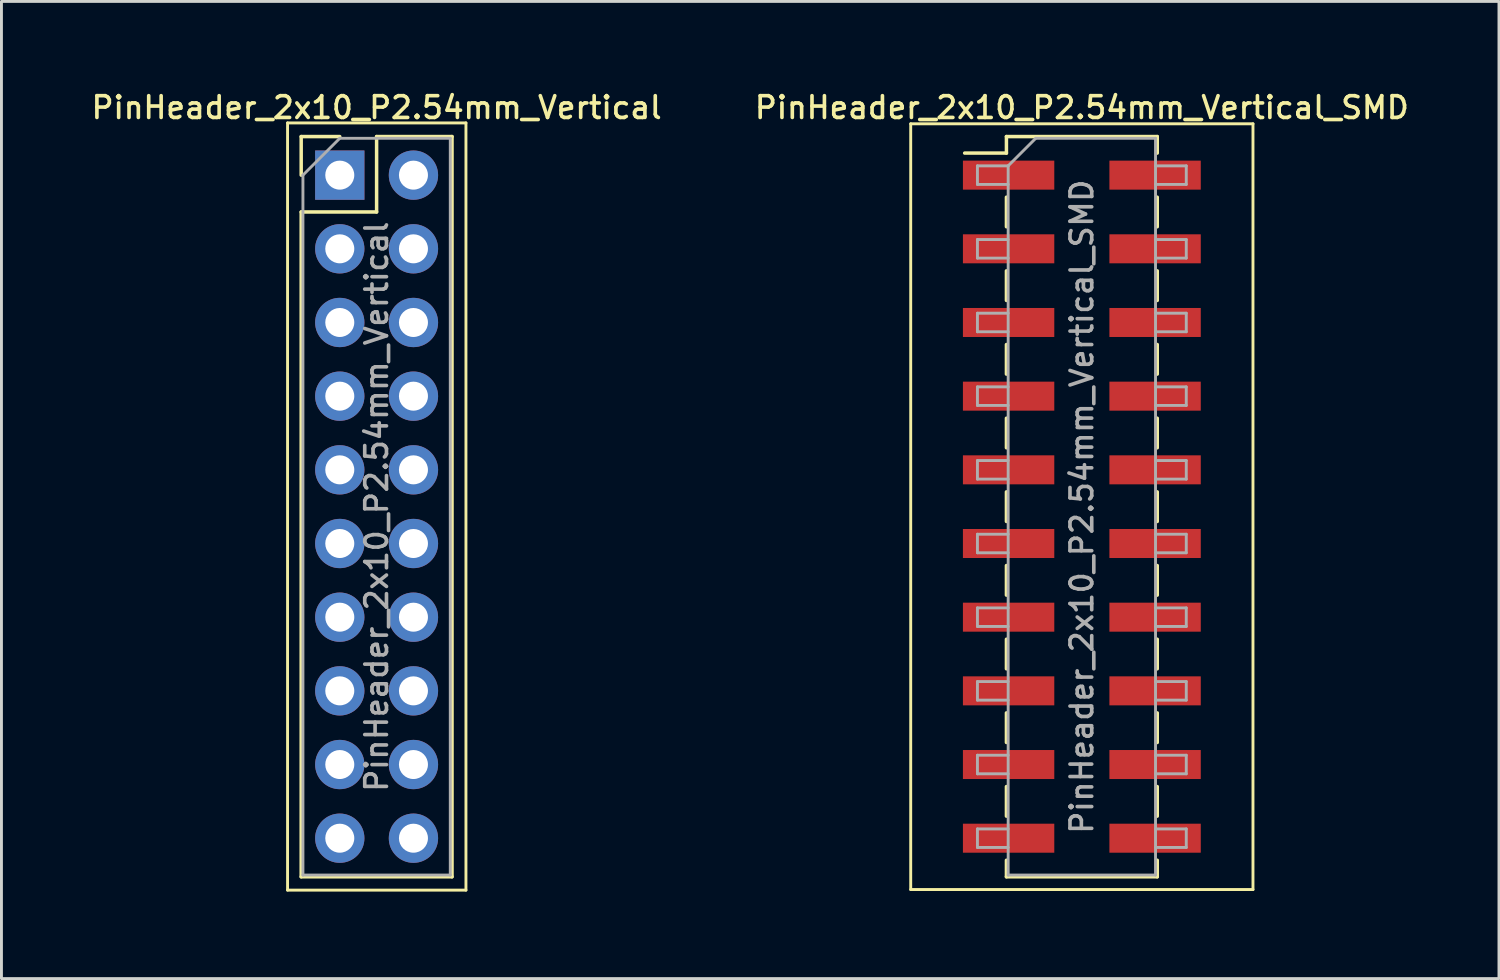
<source format=kicad_pcb>
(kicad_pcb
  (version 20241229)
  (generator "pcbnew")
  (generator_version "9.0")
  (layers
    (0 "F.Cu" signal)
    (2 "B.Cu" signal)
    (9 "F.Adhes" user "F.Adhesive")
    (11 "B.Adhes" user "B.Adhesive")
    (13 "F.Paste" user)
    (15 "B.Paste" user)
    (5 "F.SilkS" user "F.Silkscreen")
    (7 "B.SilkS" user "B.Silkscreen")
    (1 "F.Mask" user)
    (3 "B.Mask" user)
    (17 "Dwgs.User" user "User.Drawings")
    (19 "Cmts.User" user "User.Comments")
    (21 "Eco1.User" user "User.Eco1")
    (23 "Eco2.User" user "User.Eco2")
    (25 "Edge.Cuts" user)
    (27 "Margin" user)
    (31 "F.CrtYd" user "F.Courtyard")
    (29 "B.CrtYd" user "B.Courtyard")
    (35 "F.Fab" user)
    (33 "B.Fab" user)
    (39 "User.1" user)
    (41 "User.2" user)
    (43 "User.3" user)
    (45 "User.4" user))
  (footprint "PinHeader_2x10_P2.54mm_Vertical_SMD"
    (layer "F.Cu")
    (at 34.248 14.418)
    (property "Reference" "PinHeader_2x10_P2.54mm_Vertical_SMD" (at 0 -13.76 0) (layer "F.SilkS") (effects (font (size 0.75 0.75) (thickness 0.125))))
    (attr smd)
    (fp_line (start -5.9 -13.2) (end -5.9 13.2) (stroke (width 0.1) (type solid)) (layer "F.SilkS"))
    (fp_line (start -5.9 13.2) (end 5.9 13.2) (stroke (width 0.1) (type solid)) (layer "F.SilkS"))
    (fp_line (start -4.04 -12.19) (end -2.6 -12.19) (stroke (width 0.12) (type solid)) (layer "F.SilkS"))
    (fp_line (start -2.6 -12.76) (end -2.6 -12.19) (stroke (width 0.12) (type solid)) (layer "F.SilkS"))
    (fp_line (start -2.6 -12.76) (end 2.6 -12.76) (stroke (width 0.12) (type solid)) (layer "F.SilkS"))
    (fp_line (start -2.6 -10.67) (end -2.6 -9.65) (stroke (width 0.12) (type solid)) (layer "F.SilkS"))
    (fp_line (start -2.6 -8.13) (end -2.6 -7.11) (stroke (width 0.12) (type solid)) (layer "F.SilkS"))
    (fp_line (start -2.6 -5.59) (end -2.6 -4.57) (stroke (width 0.12) (type solid)) (layer "F.SilkS"))
    (fp_line (start -2.6 -3.05) (end -2.6 -2.03) (stroke (width 0.12) (type solid)) (layer "F.SilkS"))
    (fp_line (start -2.6 -0.51) (end -2.6 0.51) (stroke (width 0.12) (type solid)) (layer "F.SilkS"))
    (fp_line (start -2.6 2.03) (end -2.6 3.05) (stroke (width 0.12) (type solid)) (layer "F.SilkS"))
    (fp_line (start -2.6 4.57) (end -2.6 5.59) (stroke (width 0.12) (type solid)) (layer "F.SilkS"))
    (fp_line (start -2.6 7.11) (end -2.6 8.13) (stroke (width 0.12) (type solid)) (layer "F.SilkS"))
    (fp_line (start -2.6 9.65) (end -2.6 10.67) (stroke (width 0.12) (type solid)) (layer "F.SilkS"))
    (fp_line (start -2.6 12.19) (end -2.6 12.76) (stroke (width 0.12) (type solid)) (layer "F.SilkS"))
    (fp_line (start -2.6 12.76) (end 2.6 12.76) (stroke (width 0.12) (type solid)) (layer "F.SilkS"))
    (fp_line (start 2.6 -12.76) (end 2.6 -12.19) (stroke (width 0.12) (type solid)) (layer "F.SilkS"))
    (fp_line (start 2.6 -10.67) (end 2.6 -9.65) (stroke (width 0.12) (type solid)) (layer "F.SilkS"))
    (fp_line (start 2.6 -8.13) (end 2.6 -7.11) (stroke (width 0.12) (type solid)) (layer "F.SilkS"))
    (fp_line (start 2.6 -5.59) (end 2.6 -4.57) (stroke (width 0.12) (type solid)) (layer "F.SilkS"))
    (fp_line (start 2.6 -3.05) (end 2.6 -2.03) (stroke (width 0.12) (type solid)) (layer "F.SilkS"))
    (fp_line (start 2.6 -0.51) (end 2.6 0.51) (stroke (width 0.12) (type solid)) (layer "F.SilkS"))
    (fp_line (start 2.6 2.03) (end 2.6 3.05) (stroke (width 0.12) (type solid)) (layer "F.SilkS"))
    (fp_line (start 2.6 4.57) (end 2.6 5.59) (stroke (width 0.12) (type solid)) (layer "F.SilkS"))
    (fp_line (start 2.6 7.11) (end 2.6 8.13) (stroke (width 0.12) (type solid)) (layer "F.SilkS"))
    (fp_line (start 2.6 9.65) (end 2.6 10.67) (stroke (width 0.12) (type solid)) (layer "F.SilkS"))
    (fp_line (start 2.6 12.19) (end 2.6 12.76) (stroke (width 0.12) (type solid)) (layer "F.SilkS"))
    (fp_line (start 5.9 -13.2) (end -5.9 -13.2) (stroke (width 0.1) (type solid)) (layer "F.SilkS"))
    (fp_line (start 5.9 13.2) (end 5.9 -13.2) (stroke (width 0.1) (type solid)) (layer "F.SilkS"))
    (fp_line (start -3.6 -11.75) (end -3.6 -11.11) (stroke (width 0.1) (type solid)) (layer "F.Fab"))
    (fp_line (start -3.6 -11.11) (end -2.54 -11.11) (stroke (width 0.1) (type solid)) (layer "F.Fab"))
    (fp_line (start -3.6 -9.21) (end -3.6 -8.57) (stroke (width 0.1) (type solid)) (layer "F.Fab"))
    (fp_line (start -3.6 -8.57) (end -2.54 -8.57) (stroke (width 0.1) (type solid)) (layer "F.Fab"))
    (fp_line (start -3.6 -6.67) (end -3.6 -6.03) (stroke (width 0.1) (type solid)) (layer "F.Fab"))
    (fp_line (start -3.6 -6.03) (end -2.54 -6.03) (stroke (width 0.1) (type solid)) (layer "F.Fab"))
    (fp_line (start -3.6 -4.13) (end -3.6 -3.49) (stroke (width 0.1) (type solid)) (layer "F.Fab"))
    (fp_line (start -3.6 -3.49) (end -2.54 -3.49) (stroke (width 0.1) (type solid)) (layer "F.Fab"))
    (fp_line (start -3.6 -1.59) (end -3.6 -0.95) (stroke (width 0.1) (type solid)) (layer "F.Fab"))
    (fp_line (start -3.6 -0.95) (end -2.54 -0.95) (stroke (width 0.1) (type solid)) (layer "F.Fab"))
    (fp_line (start -3.6 0.95) (end -3.6 1.59) (stroke (width 0.1) (type solid)) (layer "F.Fab"))
    (fp_line (start -3.6 1.59) (end -2.54 1.59) (stroke (width 0.1) (type solid)) (layer "F.Fab"))
    (fp_line (start -3.6 3.49) (end -3.6 4.13) (stroke (width 0.1) (type solid)) (layer "F.Fab"))
    (fp_line (start -3.6 4.13) (end -2.54 4.13) (stroke (width 0.1) (type solid)) (layer "F.Fab"))
    (fp_line (start -3.6 6.03) (end -3.6 6.67) (stroke (width 0.1) (type solid)) (layer "F.Fab"))
    (fp_line (start -3.6 6.67) (end -2.54 6.67) (stroke (width 0.1) (type solid)) (layer "F.Fab"))
    (fp_line (start -3.6 8.57) (end -3.6 9.21) (stroke (width 0.1) (type solid)) (layer "F.Fab"))
    (fp_line (start -3.6 9.21) (end -2.54 9.21) (stroke (width 0.1) (type solid)) (layer "F.Fab"))
    (fp_line (start -3.6 11.11) (end -3.6 11.75) (stroke (width 0.1) (type solid)) (layer "F.Fab"))
    (fp_line (start -3.6 11.75) (end -2.54 11.75) (stroke (width 0.1) (type solid)) (layer "F.Fab"))
    (fp_line (start -2.54 -11.75) (end -3.6 -11.75) (stroke (width 0.1) (type solid)) (layer "F.Fab"))
    (fp_line (start -2.54 -11.75) (end -1.59 -12.7) (stroke (width 0.1) (type solid)) (layer "F.Fab"))
    (fp_line (start -2.54 -9.21) (end -3.6 -9.21) (stroke (width 0.1) (type solid)) (layer "F.Fab"))
    (fp_line (start -2.54 -6.67) (end -3.6 -6.67) (stroke (width 0.1) (type solid)) (layer "F.Fab"))
    (fp_line (start -2.54 -4.13) (end -3.6 -4.13) (stroke (width 0.1) (type solid)) (layer "F.Fab"))
    (fp_line (start -2.54 -1.59) (end -3.6 -1.59) (stroke (width 0.1) (type solid)) (layer "F.Fab"))
    (fp_line (start -2.54 0.95) (end -3.6 0.95) (stroke (width 0.1) (type solid)) (layer "F.Fab"))
    (fp_line (start -2.54 3.49) (end -3.6 3.49) (stroke (width 0.1) (type solid)) (layer "F.Fab"))
    (fp_line (start -2.54 6.03) (end -3.6 6.03) (stroke (width 0.1) (type solid)) (layer "F.Fab"))
    (fp_line (start -2.54 8.57) (end -3.6 8.57) (stroke (width 0.1) (type solid)) (layer "F.Fab"))
    (fp_line (start -2.54 11.11) (end -3.6 11.11) (stroke (width 0.1) (type solid)) (layer "F.Fab"))
    (fp_line (start -2.54 12.7) (end -2.54 -11.75) (stroke (width 0.1) (type solid)) (layer "F.Fab"))
    (fp_line (start -1.59 -12.7) (end 2.54 -12.7) (stroke (width 0.1) (type solid)) (layer "F.Fab"))
    (fp_line (start 2.54 -12.7) (end 2.54 12.7) (stroke (width 0.1) (type solid)) (layer "F.Fab"))
    (fp_line (start 2.54 -11.75) (end 3.6 -11.75) (stroke (width 0.1) (type solid)) (layer "F.Fab"))
    (fp_line (start 2.54 -9.21) (end 3.6 -9.21) (stroke (width 0.1) (type solid)) (layer "F.Fab"))
    (fp_line (start 2.54 -6.67) (end 3.6 -6.67) (stroke (width 0.1) (type solid)) (layer "F.Fab"))
    (fp_line (start 2.54 -4.13) (end 3.6 -4.13) (stroke (width 0.1) (type solid)) (layer "F.Fab"))
    (fp_line (start 2.54 -1.59) (end 3.6 -1.59) (stroke (width 0.1) (type solid)) (layer "F.Fab"))
    (fp_line (start 2.54 0.95) (end 3.6 0.95) (stroke (width 0.1) (type solid)) (layer "F.Fab"))
    (fp_line (start 2.54 3.49) (end 3.6 3.49) (stroke (width 0.1) (type solid)) (layer "F.Fab"))
    (fp_line (start 2.54 6.03) (end 3.6 6.03) (stroke (width 0.1) (type solid)) (layer "F.Fab"))
    (fp_line (start 2.54 8.57) (end 3.6 8.57) (stroke (width 0.1) (type solid)) (layer "F.Fab"))
    (fp_line (start 2.54 11.11) (end 3.6 11.11) (stroke (width 0.1) (type solid)) (layer "F.Fab"))
    (fp_line (start 2.54 12.7) (end -2.54 12.7) (stroke (width 0.1) (type solid)) (layer "F.Fab"))
    (fp_line (start 3.6 -11.75) (end 3.6 -11.11) (stroke (width 0.1) (type solid)) (layer "F.Fab"))
    (fp_line (start 3.6 -11.11) (end 2.54 -11.11) (stroke (width 0.1) (type solid)) (layer "F.Fab"))
    (fp_line (start 3.6 -9.21) (end 3.6 -8.57) (stroke (width 0.1) (type solid)) (layer "F.Fab"))
    (fp_line (start 3.6 -8.57) (end 2.54 -8.57) (stroke (width 0.1) (type solid)) (layer "F.Fab"))
    (fp_line (start 3.6 -6.67) (end 3.6 -6.03) (stroke (width 0.1) (type solid)) (layer "F.Fab"))
    (fp_line (start 3.6 -6.03) (end 2.54 -6.03) (stroke (width 0.1) (type solid)) (layer "F.Fab"))
    (fp_line (start 3.6 -4.13) (end 3.6 -3.49) (stroke (width 0.1) (type solid)) (layer "F.Fab"))
    (fp_line (start 3.6 -3.49) (end 2.54 -3.49) (stroke (width 0.1) (type solid)) (layer "F.Fab"))
    (fp_line (start 3.6 -1.59) (end 3.6 -0.95) (stroke (width 0.1) (type solid)) (layer "F.Fab"))
    (fp_line (start 3.6 -0.95) (end 2.54 -0.95) (stroke (width 0.1) (type solid)) (layer "F.Fab"))
    (fp_line (start 3.6 0.95) (end 3.6 1.59) (stroke (width 0.1) (type solid)) (layer "F.Fab"))
    (fp_line (start 3.6 1.59) (end 2.54 1.59) (stroke (width 0.1) (type solid)) (layer "F.Fab"))
    (fp_line (start 3.6 3.49) (end 3.6 4.13) (stroke (width 0.1) (type solid)) (layer "F.Fab"))
    (fp_line (start 3.6 4.13) (end 2.54 4.13) (stroke (width 0.1) (type solid)) (layer "F.Fab"))
    (fp_line (start 3.6 6.03) (end 3.6 6.67) (stroke (width 0.1) (type solid)) (layer "F.Fab"))
    (fp_line (start 3.6 6.67) (end 2.54 6.67) (stroke (width 0.1) (type solid)) (layer "F.Fab"))
    (fp_line (start 3.6 8.57) (end 3.6 9.21) (stroke (width 0.1) (type solid)) (layer "F.Fab"))
    (fp_line (start 3.6 9.21) (end 2.54 9.21) (stroke (width 0.1) (type solid)) (layer "F.Fab"))
    (fp_line (start 3.6 11.11) (end 3.6 11.75) (stroke (width 0.1) (type solid)) (layer "F.Fab"))
    (fp_line (start 3.6 11.75) (end 2.54 11.75) (stroke (width 0.1) (type solid)) (layer "F.Fab"))
    (fp_text user "${REFERENCE}" (at 0 0 90) (layer "F.Fab") (effects (font (size 0.75 0.75) (thickness 0.125))))
    (pad "1" smd rect (at -2.525 -11.43) (size 3.15 1) (layers "F.Cu" "F.Mask" "F.Paste"))
    (pad "2" smd rect (at 2.525 -11.43) (size 3.15 1) (layers "F.Cu" "F.Mask" "F.Paste"))
    (pad "3" smd rect (at -2.525 -8.89) (size 3.15 1) (layers "F.Cu" "F.Mask" "F.Paste"))
    (pad "4" smd rect (at 2.525 -8.89) (size 3.15 1) (layers "F.Cu" "F.Mask" "F.Paste"))
    (pad "5" smd rect (at -2.525 -6.35) (size 3.15 1) (layers "F.Cu" "F.Mask" "F.Paste"))
    (pad "6" smd rect (at 2.525 -6.35) (size 3.15 1) (layers "F.Cu" "F.Mask" "F.Paste"))
    (pad "7" smd rect (at -2.525 -3.81) (size 3.15 1) (layers "F.Cu" "F.Mask" "F.Paste"))
    (pad "8" smd rect (at 2.525 -3.81) (size 3.15 1) (layers "F.Cu" "F.Mask" "F.Paste"))
    (pad "9" smd rect (at -2.525 -1.27) (size 3.15 1) (layers "F.Cu" "F.Mask" "F.Paste"))
    (pad "10" smd rect (at 2.525 -1.27) (size 3.15 1) (layers "F.Cu" "F.Mask" "F.Paste"))
    (pad "11" smd rect (at -2.525 1.27) (size 3.15 1) (layers "F.Cu" "F.Mask" "F.Paste"))
    (pad "12" smd rect (at 2.525 1.27) (size 3.15 1) (layers "F.Cu" "F.Mask" "F.Paste"))
    (pad "13" smd rect (at -2.525 3.81) (size 3.15 1) (layers "F.Cu" "F.Mask" "F.Paste"))
    (pad "14" smd rect (at 2.525 3.81) (size 3.15 1) (layers "F.Cu" "F.Mask" "F.Paste"))
    (pad "15" smd rect (at -2.525 6.35) (size 3.15 1) (layers "F.Cu" "F.Mask" "F.Paste"))
    (pad "16" smd rect (at 2.525 6.35) (size 3.15 1) (layers "F.Cu" "F.Mask" "F.Paste"))
    (pad "17" smd rect (at -2.525 8.89) (size 3.15 1) (layers "F.Cu" "F.Mask" "F.Paste"))
    (pad "18" smd rect (at 2.525 8.89) (size 3.15 1) (layers "F.Cu" "F.Mask" "F.Paste"))
    (pad "19" smd rect (at -2.525 11.43) (size 3.15 1) (layers "F.Cu" "F.Mask" "F.Paste"))
    (pad "20" smd rect (at 2.525 11.43) (size 3.15 1) (layers "F.Cu" "F.Mask" "F.Paste")))
  (footprint "PinHeader_2x10_P2.54mm_Vertical"
    (layer "F.Cu")
    (at 8.664 2.988)
    (property "Reference" "PinHeader_2x10_P2.54mm_Vertical" (at 1.27 -2.33 0) (layer "F.SilkS") (effects (font (size 0.75 0.75) (thickness 0.125))))
    (attr through_hole)
    (fp_line (start -1.8 -1.8) (end -1.8 24.65) (stroke (width 0.1) (type solid)) (layer "F.SilkS"))
    (fp_line (start -1.8 24.65) (end 4.35 24.65) (stroke (width 0.1) (type solid)) (layer "F.SilkS"))
    (fp_line (start -1.33 -1.33) (end 0 -1.33) (stroke (width 0.12) (type solid)) (layer "F.SilkS"))
    (fp_line (start -1.33 0) (end -1.33 -1.33) (stroke (width 0.12) (type solid)) (layer "F.SilkS"))
    (fp_line (start -1.33 1.27) (end -1.33 24.19) (stroke (width 0.12) (type solid)) (layer "F.SilkS"))
    (fp_line (start -1.33 1.27) (end 1.27 1.27) (stroke (width 0.12) (type solid)) (layer "F.SilkS"))
    (fp_line (start -1.33 24.19) (end 3.87 24.19) (stroke (width 0.12) (type solid)) (layer "F.SilkS"))
    (fp_line (start 1.27 -1.33) (end 3.87 -1.33) (stroke (width 0.12) (type solid)) (layer "F.SilkS"))
    (fp_line (start 1.27 1.27) (end 1.27 -1.33) (stroke (width 0.12) (type solid)) (layer "F.SilkS"))
    (fp_line (start 3.87 -1.33) (end 3.87 24.19) (stroke (width 0.12) (type solid)) (layer "F.SilkS"))
    (fp_line (start 4.35 -1.8) (end -1.8 -1.8) (stroke (width 0.1) (type solid)) (layer "F.SilkS"))
    (fp_line (start 4.35 24.65) (end 4.35 -1.8) (stroke (width 0.1) (type solid)) (layer "F.SilkS"))
    (fp_line (start -1.27 0) (end 0 -1.27) (stroke (width 0.1) (type solid)) (layer "F.Fab"))
    (fp_line (start -1.27 24.13) (end -1.27 0) (stroke (width 0.1) (type solid)) (layer "F.Fab"))
    (fp_line (start 0 -1.27) (end 3.81 -1.27) (stroke (width 0.1) (type solid)) (layer "F.Fab"))
    (fp_line (start 3.81 -1.27) (end 3.81 24.13) (stroke (width 0.1) (type solid)) (layer "F.Fab"))
    (fp_line (start 3.81 24.13) (end -1.27 24.13) (stroke (width 0.1) (type solid)) (layer "F.Fab"))
    (fp_text user "${REFERENCE}" (at 1.27 11.43 90) (layer "F.Fab") (effects (font (size 0.75 0.75) (thickness 0.125))))
    (pad "1" thru_hole rect (at 0 0) (size 1.7 1.7) (drill 1) (layers "*.Cu" "*.Mask"))
    (pad "2" thru_hole oval (at 2.54 0) (size 1.7 1.7) (drill 1) (layers "*.Cu" "*.Mask"))
    (pad "3" thru_hole oval (at 0 2.54) (size 1.7 1.7) (drill 1) (layers "*.Cu" "*.Mask"))
    (pad "4" thru_hole oval (at 2.54 2.54) (size 1.7 1.7) (drill 1) (layers "*.Cu" "*.Mask"))
    (pad "5" thru_hole oval (at 0 5.08) (size 1.7 1.7) (drill 1) (layers "*.Cu" "*.Mask"))
    (pad "6" thru_hole oval (at 2.54 5.08) (size 1.7 1.7) (drill 1) (layers "*.Cu" "*.Mask"))
    (pad "7" thru_hole oval (at 0 7.62) (size 1.7 1.7) (drill 1) (layers "*.Cu" "*.Mask"))
    (pad "8" thru_hole oval (at 2.54 7.62) (size 1.7 1.7) (drill 1) (layers "*.Cu" "*.Mask"))
    (pad "9" thru_hole oval (at 0 10.16) (size 1.7 1.7) (drill 1) (layers "*.Cu" "*.Mask"))
    (pad "10" thru_hole oval (at 2.54 10.16) (size 1.7 1.7) (drill 1) (layers "*.Cu" "*.Mask"))
    (pad "11" thru_hole oval (at 0 12.7) (size 1.7 1.7) (drill 1) (layers "*.Cu" "*.Mask"))
    (pad "12" thru_hole oval (at 2.54 12.7) (size 1.7 1.7) (drill 1) (layers "*.Cu" "*.Mask"))
    (pad "13" thru_hole oval (at 0 15.24) (size 1.7 1.7) (drill 1) (layers "*.Cu" "*.Mask"))
    (pad "14" thru_hole oval (at 2.54 15.24) (size 1.7 1.7) (drill 1) (layers "*.Cu" "*.Mask"))
    (pad "15" thru_hole oval (at 0 17.78) (size 1.7 1.7) (drill 1) (layers "*.Cu" "*.Mask"))
    (pad "16" thru_hole oval (at 2.54 17.78) (size 1.7 1.7) (drill 1) (layers "*.Cu" "*.Mask"))
    (pad "17" thru_hole oval (at 0 20.32) (size 1.7 1.7) (drill 1) (layers "*.Cu" "*.Mask"))
    (pad "18" thru_hole oval (at 2.54 20.32) (size 1.7 1.7) (drill 1) (layers "*.Cu" "*.Mask"))
    (pad "19" thru_hole oval (at 0 22.86) (size 1.7 1.7) (drill 1) (layers "*.Cu" "*.Mask"))
    (pad "20" thru_hole oval (at 2.54 22.86) (size 1.7 1.7) (drill 1) (layers "*.Cu" "*.Mask")))
  (gr_rect
    (start -3 -3)
    (end 48.629 30.688)
    (stroke (width 0.1) (type default))
    (fill no)
    (layer "Edge.Cuts")))
</source>
